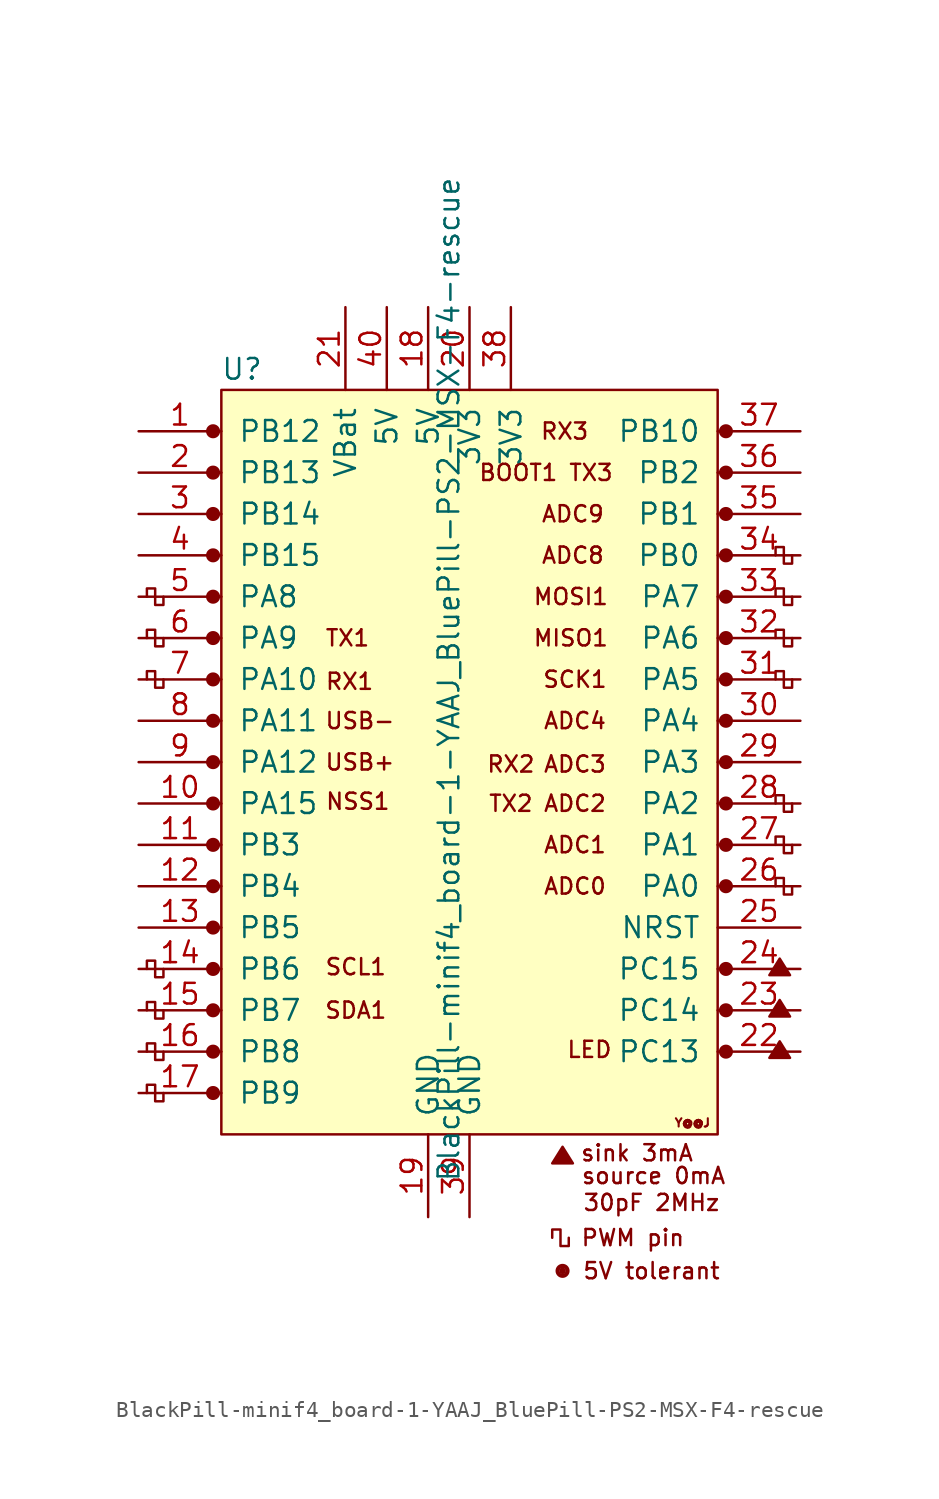
<source format=kicad_sym>
(kicad_symbol_lib
  (version 20211014)
  (generator kicad_symbol_editor)
  (symbol "BlackPill-minif4_board-1-YAAJ_BluePill-PS2-MSX-F4-rescue"
    (pin_names
      (offset 1.016))
    (property "Reference" "U"
      (at -13.97 24.13 0)
      (effects (font (size 1.27 1.27))))
    (property "Value" "BlackPill-minif4_board-1-YAAJ_BluePill-PS2-MSX-F4-rescue"
      (at -1.27 5.08 90)
      (effects (font (size 1.27 1.27))))
    (symbol "BlackPill-minif4_board-1-YAAJ_BluePill-PS2-MSX-F4-rescue_0_0"
      (circle (center -15.748 -20.32) (radius 0.356) (stroke (width 0) (type default) (color 0 0 0 0)) (fill (type outline)))
      (circle (center -15.748 -17.78) (radius 0.356) (stroke (width 0) (type default) (color 0 0 0 0)) (fill (type outline)))
      (circle (center -15.748 -15.24) (radius 0.356) (stroke (width 0) (type default) (color 0 0 0 0)) (fill (type outline)))
      (circle (center -15.748 -12.7) (radius 0.356) (stroke (width 0) (type default) (color 0 0 0 0)) (fill (type outline)))
      (circle (center -15.748 -10.16) (radius 0.356) (stroke (width 0) (type default) (color 0 0 0 0)) (fill (type outline)))
      (circle (center -15.748 -7.62) (radius 0.356) (stroke (width 0) (type default) (color 0 0 0 0)) (fill (type outline)))
      (circle (center -15.748 -5.08) (radius 0.356) (stroke (width 0) (type default) (color 0 0 0 0)) (fill (type outline)))
      (circle (center -15.748 -2.54) (radius 0.356) (stroke (width 0) (type default) (color 0 0 0 0)) (fill (type outline)))
      (circle (center -15.748 0) (radius 0.356) (stroke (width 0) (type default) (color 0 0 0 0)) (fill (type outline)))
      (circle (center -15.748 2.54) (radius 0.356) (stroke (width 0) (type default) (color 0 0 0 0)) (fill (type outline)))
      (circle (center -15.748 5.08) (radius 0.356) (stroke (width 0) (type default) (color 0 0 0 0)) (fill (type outline)))
      (circle (center -15.748 7.62) (radius 0.356) (stroke (width 0) (type default) (color 0 0 0 0)) (fill (type outline)))
      (circle (center -15.748 10.16) (radius 0.356) (stroke (width 0) (type default) (color 0 0 0 0)) (fill (type outline)))
      (circle (center -15.748 12.7) (radius 0.356) (stroke (width 0) (type default) (color 0 0 0 0)) (fill (type outline)))
      (circle (center -15.748 15.24) (radius 0.356) (stroke (width 0) (type default) (color 0 0 0 0)) (fill (type outline)))
      (circle (center -15.748 20.32) (radius 0.356) (stroke (width 0) (type default) (color 0 0 0 0)) (fill (type outline)))
      (polyline (pts (xy 5.08 -24.638) (xy 5.715 -23.622) (xy 6.35 -24.638) (xy 5.08 -24.638) (xy 5.715 -23.749) (xy 6.223 -24.638) (xy 5.207 -24.511) (xy 5.715 -23.876) (xy 6.096 -24.638) (xy 5.334 -24.384) (xy 5.842 -24.003) (xy 5.969 -24.638) (xy 5.461 -24.257) (xy 5.969 -24.13) (xy 5.842 -24.511) (xy 5.588 -24.257) (xy 5.842 -24.384) (xy 5.715 -24.13)) (stroke (width 0) (type default) (color 0 0 0 0)) (fill (type none)))
      (polyline (pts (xy 18.415 -18.161) (xy 19.05 -17.145) (xy 19.685 -18.161) (xy 18.415 -18.161) (xy 19.05 -17.272) (xy 19.558 -18.161) (xy 18.542 -18.034) (xy 19.05 -17.399) (xy 19.431 -18.161) (xy 18.669 -17.907) (xy 19.177 -17.526) (xy 19.304 -18.161) (xy 18.796 -17.78) (xy 19.304 -17.653) (xy 19.177 -18.034) (xy 18.923 -17.78) (xy 19.177 -17.907) (xy 19.05 -17.653)) (stroke (width 0) (type default) (color 0 0 0 0)) (fill (type none)))
      (polyline (pts (xy 18.415 -15.621) (xy 19.05 -14.605) (xy 19.685 -15.621) (xy 18.415 -15.621) (xy 19.05 -14.732) (xy 19.558 -15.621) (xy 18.542 -15.494) (xy 19.05 -14.859) (xy 19.431 -15.621) (xy 18.669 -15.367) (xy 19.177 -14.986) (xy 19.304 -15.621) (xy 18.796 -15.24) (xy 19.304 -15.113) (xy 19.177 -15.494) (xy 18.923 -15.24) (xy 19.177 -15.367) (xy 19.05 -15.113)) (stroke (width 0) (type default) (color 0 0 0 0)) (fill (type none)))
      (polyline (pts (xy 18.415 -13.081) (xy 19.05 -12.065) (xy 19.685 -13.081) (xy 18.415 -13.081) (xy 19.05 -12.192) (xy 19.558 -13.081) (xy 18.542 -12.954) (xy 19.05 -12.319) (xy 19.431 -13.081) (xy 18.669 -12.827) (xy 19.177 -12.446) (xy 19.304 -13.081) (xy 18.796 -12.7) (xy 19.304 -12.573) (xy 19.177 -12.954) (xy 18.923 -12.7) (xy 19.177 -12.827) (xy 19.05 -12.573)) (stroke (width 0) (type default) (color 0 0 0 0)) (fill (type none)))
      (circle (center 5.715 -31.242) (radius 0.127) (stroke (width 0) (type default) (color 0 0 0 0)) (fill (type outline)))
      (circle (center 5.715 -31.242) (radius 0.254) (stroke (width 0) (type default) (color 0 0 0 0)) (fill (type none)))
      (circle (center 5.715 -31.242) (radius 0.356) (stroke (width 0) (type default) (color 0 0 0 0)) (fill (type none)))
      (circle (center 15.748 -17.78) (radius 0.254) (stroke (width 0) (type default) (color 0 0 0 0)) (fill (type outline)))
      (circle (center 15.748 -17.78) (radius 0.356) (stroke (width 0) (type default) (color 0 0 0 0)) (fill (type none)))
      (circle (center 15.748 -15.24) (radius 0.254) (stroke (width 0) (type default) (color 0 0 0 0)) (fill (type outline)))
      (circle (center 15.748 -15.24) (radius 0.356) (stroke (width 0) (type default) (color 0 0 0 0)) (fill (type none)))
      (circle (center 15.748 -12.7) (radius 0.254) (stroke (width 0) (type default) (color 0 0 0 0)) (fill (type outline)))
      (circle (center 15.748 -12.7) (radius 0.356) (stroke (width 0) (type default) (color 0 0 0 0)) (fill (type none)))
      (circle (center 15.748 -7.62) (radius 0.254) (stroke (width 0) (type default) (color 0 0 0 0)) (fill (type outline)))
      (circle (center 15.748 -7.62) (radius 0.356) (stroke (width 0) (type default) (color 0 0 0 0)) (fill (type none)))
      (circle (center 15.748 -5.08) (radius 0.254) (stroke (width 0) (type default) (color 0 0 0 0)) (fill (type outline)))
      (circle (center 15.748 -5.08) (radius 0.356) (stroke (width 0) (type default) (color 0 0 0 0)) (fill (type none)))
      (circle (center 15.748 -2.54) (radius 0.254) (stroke (width 0) (type default) (color 0 0 0 0)) (fill (type outline)))
      (circle (center 15.748 -2.54) (radius 0.356) (stroke (width 0) (type default) (color 0 0 0 0)) (fill (type none)))
      (circle (center 15.748 2.54) (radius 0.254) (stroke (width 0) (type default) (color 0 0 0 0)) (fill (type outline)))
      (circle (center 15.748 2.54) (radius 0.356) (stroke (width 0) (type default) (color 0 0 0 0)) (fill (type none)))
      (circle (center 15.748 5.08) (radius 0.254) (stroke (width 0) (type default) (color 0 0 0 0)) (fill (type outline)))
      (circle (center 15.748 5.08) (radius 0.356) (stroke (width 0) (type default) (color 0 0 0 0)) (fill (type none)))
      (circle (center 15.748 7.62) (radius 0.254) (stroke (width 0) (type default) (color 0 0 0 0)) (fill (type outline)))
      (circle (center 15.748 7.62) (radius 0.356) (stroke (width 0) (type default) (color 0 0 0 0)) (fill (type none)))
      (circle (center 15.748 10.16) (radius 0.254) (stroke (width 0) (type default) (color 0 0 0 0)) (fill (type outline)))
      (circle (center 15.748 10.16) (radius 0.356) (stroke (width 0) (type default) (color 0 0 0 0)) (fill (type none)))
      (circle (center 15.748 12.7) (radius 0.254) (stroke (width 0) (type default) (color 0 0 0 0)) (fill (type outline)))
      (circle (center 15.748 12.7) (radius 0.356) (stroke (width 0) (type default) (color 0 0 0 0)) (fill (type none)))
      (circle (center 15.748 15.24) (radius 0.254) (stroke (width 0) (type default) (color 0 0 0 0)) (fill (type outline)))
      (circle (center 15.748 15.24) (radius 0.356) (stroke (width 0) (type default) (color 0 0 0 0)) (fill (type none)))
      (circle (center 15.748 17.78) (radius 0.254) (stroke (width 0) (type default) (color 0 0 0 0)) (fill (type outline)))
      (circle (center 15.748 17.78) (radius 0.356) (stroke (width 0) (type default) (color 0 0 0 0)) (fill (type none)))
      (circle (center 15.748 20.32) (radius 0.254) (stroke (width 0) (type default) (color 0 0 0 0)) (fill (type outline)))
      (circle (center 15.748 20.32) (radius 0.356) (stroke (width 0) (type default) (color 0 0 0 0)) (fill (type none)))
      (text "30pF 2MHz" (at 11.176 -27.051 0) (effects (font (size 0.991 0.991))))
      (text "5V tolerant" (at 11.176 -31.242 0) (effects (font (size 0.991 0.991))))
      (text "ADC0" (at 6.477 -7.62 0) (effects (font (size 0.991 0.991))))
      (text "ADC1" (at 6.477 -5.08 0) (effects (font (size 0.991 0.991))))
      (text "ADC2" (at 6.477 -2.54 0) (effects (font (size 0.991 0.991))))
      (text "ADC3" (at 6.477 -0.127 0) (effects (font (size 0.991 0.991))))
      (text "ADC4" (at 6.477 2.54 0) (effects (font (size 0.991 0.991))))
      (text "ADC8" (at 6.35 12.7 0) (effects (font (size 0.991 0.991))))
      (text "ADC9" (at 6.35 15.24 0) (effects (font (size 0.991 0.991))))
      (text "BOOT1 TX3" (at 4.699 17.78 0) (effects (font (size 0.991 0.991))))
      (text "LED" (at 7.366 -17.653 0) (effects (font (size 0.991 0.991))))
      (text "MISO1" (at 6.223 7.62 0) (effects (font (size 0.991 0.991))))
      (text "MOSI1" (at 6.223 10.16 0) (effects (font (size 0.991 0.991))))
      (text "NSS1" (at -6.858 -2.413 0) (effects (font (size 0.991 0.991))))
      (text "PWM pin" (at 10.033 -29.21 0) (effects (font (size 0.991 0.991))))
      (text "RX1" (at -7.366 4.953 0) (effects (font (size 0.991 0.991))))
      (text "RX2" (at 2.54 -0.127 0) (effects (font (size 0.991 0.991))))
      (text "RX3" (at 5.842 20.32 0) (effects (font (size 0.991 0.991))))
      (text "SCK1" (at 6.477 5.08 0) (effects (font (size 0.991 0.991))))
      (text "SCL1" (at -6.985 -12.573 0) (effects (font (size 0.991 0.991))))
      (text "SDA1" (at -6.985 -15.24 0) (effects (font (size 0.991 0.991))))
      (text "sink 3mA" (at 10.287 -24.003 0) (effects (font (size 0.991 0.991))))
      (text "source 0mA" (at 11.303 -25.4 0) (effects (font (size 0.991 0.991))))
      (text "TX1" (at -7.493 7.62 0) (effects (font (size 0.991 0.991))))
      (text "TX2" (at 2.54 -2.54 0) (effects (font (size 0.991 0.991))))
      (text "USB+" (at -6.731 0 0) (effects (font (size 0.991 0.991))))
      (text "USB-" (at -6.731 2.54 0) (effects (font (size 0.991 0.991))))
      (text "Y@@J" (at 13.691 -22.149 0) (effects (font (size 0.508 0.508)))))
    (symbol "BlackPill-minif4_board-1-YAAJ_BluePill-PS2-MSX-F4-rescue_0_1"
      (rectangle (start -15.24 22.86) (end 15.24 -22.86) (stroke (width 0) (type default) (color 0 0 0 0)) (fill (type background)))
      (polyline (pts (xy -18.796 -20.32) (xy -18.796 -20.828) (xy -19.304 -20.828) (xy -19.304 -19.812) (xy -19.812 -19.812) (xy -19.812 -20.32)) (stroke (width 0) (type default) (color 0 0 0 0)) (fill (type none)))
      (polyline (pts (xy -18.796 -17.78) (xy -18.796 -18.288) (xy -19.304 -18.288) (xy -19.304 -17.272) (xy -19.812 -17.272) (xy -19.812 -17.78)) (stroke (width 0) (type default) (color 0 0 0 0)) (fill (type none)))
      (polyline (pts (xy -18.796 -15.24) (xy -18.796 -15.748) (xy -19.304 -15.748) (xy -19.304 -14.732) (xy -19.812 -14.732) (xy -19.812 -15.24)) (stroke (width 0) (type default) (color 0 0 0 0)) (fill (type none)))
      (polyline (pts (xy -18.796 -12.7) (xy -18.796 -13.208) (xy -19.304 -13.208) (xy -19.304 -12.192) (xy -19.812 -12.192) (xy -19.812 -12.7)) (stroke (width 0) (type default) (color 0 0 0 0)) (fill (type none)))
      (polyline (pts (xy -18.796 5.08) (xy -18.796 4.572) (xy -19.304 4.572) (xy -19.304 5.588) (xy -19.812 5.588) (xy -19.812 5.08)) (stroke (width 0) (type default) (color 0 0 0 0)) (fill (type none)))
      (polyline (pts (xy -18.796 7.62) (xy -18.796 7.112) (xy -19.304 7.112) (xy -19.304 8.128) (xy -19.812 8.128) (xy -19.812 7.62)) (stroke (width 0) (type default) (color 0 0 0 0)) (fill (type none)))
      (polyline (pts (xy -18.796 10.16) (xy -18.796 9.652) (xy -19.304 9.652) (xy -19.304 10.668) (xy -19.812 10.668) (xy -19.812 10.16)) (stroke (width 0) (type default) (color 0 0 0 0)) (fill (type none)))
      (polyline (pts (xy 6.096 -29.21) (xy 6.096 -29.718) (xy 5.588 -29.718) (xy 5.588 -28.702) (xy 5.08 -28.702) (xy 5.08 -29.21)) (stroke (width 0) (type default) (color 0 0 0 0)) (fill (type none)))
      (polyline (pts (xy 19.812 -7.62) (xy 19.812 -8.128) (xy 19.304 -8.128) (xy 19.304 -7.112) (xy 18.796 -7.112) (xy 18.796 -7.62)) (stroke (width 0) (type default) (color 0 0 0 0)) (fill (type none)))
      (polyline (pts (xy 19.812 -5.08) (xy 19.812 -5.588) (xy 19.304 -5.588) (xy 19.304 -4.572) (xy 18.796 -4.572) (xy 18.796 -5.08)) (stroke (width 0) (type default) (color 0 0 0 0)) (fill (type none)))
      (polyline (pts (xy 19.812 -2.54) (xy 19.812 -3.048) (xy 19.304 -3.048) (xy 19.304 -2.032) (xy 18.796 -2.032) (xy 18.796 -2.54)) (stroke (width 0) (type default) (color 0 0 0 0)) (fill (type none)))
      (polyline (pts (xy 19.812 5.08) (xy 19.812 4.572) (xy 19.304 4.572) (xy 19.304 5.588) (xy 18.796 5.588) (xy 18.796 5.08)) (stroke (width 0) (type default) (color 0 0 0 0)) (fill (type none)))
      (polyline (pts (xy 19.812 7.62) (xy 19.812 7.112) (xy 19.304 7.112) (xy 19.304 8.128) (xy 18.796 8.128) (xy 18.796 7.62)) (stroke (width 0) (type default) (color 0 0 0 0)) (fill (type none)))
      (polyline (pts (xy 19.812 10.16) (xy 19.812 9.652) (xy 19.304 9.652) (xy 19.304 10.668) (xy 18.796 10.668) (xy 18.796 10.16)) (stroke (width 0) (type default) (color 0 0 0 0)) (fill (type none)))
      (polyline (pts (xy 19.812 12.7) (xy 19.812 12.192) (xy 19.304 12.192) (xy 19.304 13.208) (xy 18.796 13.208) (xy 18.796 12.7)) (stroke (width 0) (type default) (color 0 0 0 0)) (fill (type none))))
    (symbol "BlackPill-minif4_board-1-YAAJ_BluePill-PS2-MSX-F4-rescue_1_1"
      (circle (center -15.748 17.78) (radius 0.356) (stroke (width 0) (type default) (color 0 0 0 0)) (fill (type outline)))
      (circle (center 15.748 0) (radius 0.254) (stroke (width 0) (type default) (color 0 0 0 0)) (fill (type outline)))
      (circle (center 15.748 0) (radius 0.356) (stroke (width 0) (type default) (color 0 0 0 0)) (fill (type none)))
      (pin bidirectional line (at -20.32 20.32 0) (length 5.08) (name "PB12" (effects (font (size 1.27 1.27)))) (number "1" (effects (font (size 1.27 1.27)))))
      (pin bidirectional line (at -20.32 -2.54 0) (length 5.08) (name "PA15" (effects (font (size 1.27 1.27)))) (number "10" (effects (font (size 1.27 1.27)))))
      (pin bidirectional line (at -20.32 -5.08 0) (length 5.08) (name "PB3" (effects (font (size 1.27 1.27)))) (number "11" (effects (font (size 1.27 1.27)))))
      (pin bidirectional line (at -20.32 -7.62 0) (length 5.08) (name "PB4" (effects (font (size 1.27 1.27)))) (number "12" (effects (font (size 1.27 1.27)))))
      (pin bidirectional line (at -20.32 -10.16 0) (length 5.08) (name "PB5" (effects (font (size 1.27 1.27)))) (number "13" (effects (font (size 1.27 1.27)))))
      (pin bidirectional line (at -20.32 -12.7 0) (length 5.08) (name "PB6" (effects (font (size 1.27 1.27)))) (number "14" (effects (font (size 1.27 1.27)))))
      (pin bidirectional line (at -20.32 -15.24 0) (length 5.08) (name "PB7" (effects (font (size 1.27 1.27)))) (number "15" (effects (font (size 1.27 1.27)))))
      (pin bidirectional line (at -20.32 -17.78 0) (length 5.08) (name "PB8" (effects (font (size 1.27 1.27)))) (number "16" (effects (font (size 1.27 1.27)))))
      (pin bidirectional line (at -20.32 -20.32 0) (length 5.08) (name "PB9" (effects (font (size 1.27 1.27)))) (number "17" (effects (font (size 1.27 1.27)))))
      (pin power_in line (at -2.54 27.94 270) (length 5.08) (name "5V" (effects (font (size 1.27 1.27)))) (number "18" (effects (font (size 1.27 1.27)))))
      (pin power_in line (at -2.54 -27.94 90) (length 5.08) (name "GND" (effects (font (size 1.27 1.27)))) (number "19" (effects (font (size 1.27 1.27)))))
      (pin bidirectional line (at -20.32 17.78 0) (length 5.08) (name "PB13" (effects (font (size 1.27 1.27)))) (number "2" (effects (font (size 1.27 1.27)))))
      (pin power_in line (at 0 27.94 270) (length 5.08) (name "3V3" (effects (font (size 1.27 1.27)))) (number "20" (effects (font (size 1.27 1.27)))))
      (pin power_in line (at -7.62 27.94 270) (length 5.08) (name "VBat" (effects (font (size 1.27 1.27)))) (number "21" (effects (font (size 1.27 1.27)))))
      (pin bidirectional line (at 20.32 -17.78 180) (length 5.08) (name "PC13" (effects (font (size 1.27 1.27)))) (number "22" (effects (font (size 1.27 1.27)))))
      (pin bidirectional line (at 20.32 -15.24 180) (length 5.08) (name "PC14" (effects (font (size 1.27 1.27)))) (number "23" (effects (font (size 1.27 1.27)))))
      (pin bidirectional line (at 20.32 -12.7 180) (length 5.08) (name "PC15" (effects (font (size 1.27 1.27)))) (number "24" (effects (font (size 1.27 1.27)))))
      (pin input line (at 20.32 -10.16 180) (length 5.08) (name "NRST" (effects (font (size 1.27 1.27)))) (number "25" (effects (font (size 1.27 1.27)))))
      (pin bidirectional line (at 20.32 -7.62 180) (length 5.08) (name "PA0" (effects (font (size 1.27 1.27)))) (number "26" (effects (font (size 1.27 1.27)))))
      (pin bidirectional line (at 20.32 -5.08 180) (length 5.08) (name "PA1" (effects (font (size 1.27 1.27)))) (number "27" (effects (font (size 1.27 1.27)))))
      (pin bidirectional line (at 20.32 -2.54 180) (length 5.08) (name "PA2" (effects (font (size 1.27 1.27)))) (number "28" (effects (font (size 1.27 1.27)))))
      (pin bidirectional line (at 20.32 0 180) (length 5.08) (name "PA3" (effects (font (size 1.27 1.27)))) (number "29" (effects (font (size 1.27 1.27)))))
      (pin bidirectional line (at -20.32 15.24 0) (length 5.08) (name "PB14" (effects (font (size 1.27 1.27)))) (number "3" (effects (font (size 1.27 1.27)))))
      (pin bidirectional line (at 20.32 2.54 180) (length 5.08) (name "PA4" (effects (font (size 1.27 1.27)))) (number "30" (effects (font (size 1.27 1.27)))))
      (pin bidirectional line (at 20.32 5.08 180) (length 5.08) (name "PA5" (effects (font (size 1.27 1.27)))) (number "31" (effects (font (size 1.27 1.27)))))
      (pin bidirectional line (at 20.32 7.62 180) (length 5.08) (name "PA6" (effects (font (size 1.27 1.27)))) (number "32" (effects (font (size 1.27 1.27)))))
      (pin bidirectional line (at 20.32 10.16 180) (length 5.08) (name "PA7" (effects (font (size 1.27 1.27)))) (number "33" (effects (font (size 1.27 1.27)))))
      (pin bidirectional line (at 20.32 12.7 180) (length 5.08) (name "PB0" (effects (font (size 1.27 1.27)))) (number "34" (effects (font (size 1.27 1.27)))))
      (pin bidirectional line (at 20.32 15.24 180) (length 5.08) (name "PB1" (effects (font (size 1.27 1.27)))) (number "35" (effects (font (size 1.27 1.27)))))
      (pin bidirectional line (at 20.32 17.78 180) (length 5.08) (name "PB2" (effects (font (size 1.27 1.27)))) (number "36" (effects (font (size 1.27 1.27)))))
      (pin bidirectional line (at 20.32 20.32 180) (length 5.08) (name "PB10" (effects (font (size 1.27 1.27)))) (number "37" (effects (font (size 1.27 1.27)))))
      (pin power_in line (at 2.54 27.94 270) (length 5.08) (name "3V3" (effects (font (size 1.27 1.27)))) (number "38" (effects (font (size 1.27 1.27)))))
      (pin power_in line (at 0 -27.94 90) (length 5.08) (name "GND" (effects (font (size 1.27 1.27)))) (number "39" (effects (font (size 1.27 1.27)))))
      (pin bidirectional line (at -20.32 12.7 0) (length 5.08) (name "PB15" (effects (font (size 1.27 1.27)))) (number "4" (effects (font (size 1.27 1.27)))))
      (pin power_in line (at -5.08 27.94 270) (length 5.08) (name "5V" (effects (font (size 1.27 1.27)))) (number "40" (effects (font (size 1.27 1.27)))))
      (pin bidirectional line (at -20.32 10.16 0) (length 5.08) (name "PA8" (effects (font (size 1.27 1.27)))) (number "5" (effects (font (size 1.27 1.27)))))
      (pin bidirectional line (at -20.32 7.62 0) (length 5.08) (name "PA9" (effects (font (size 1.27 1.27)))) (number "6" (effects (font (size 1.27 1.27)))))
      (pin bidirectional line (at -20.32 5.08 0) (length 5.08) (name "PA10" (effects (font (size 1.27 1.27)))) (number "7" (effects (font (size 1.27 1.27)))))
      (pin bidirectional line (at -20.32 2.54 0) (length 5.08) (name "PA11" (effects (font (size 1.27 1.27)))) (number "8" (effects (font (size 1.27 1.27)))))
      (pin bidirectional line (at -20.32 0 0) (length 5.08) (name "PA12" (effects (font (size 1.27 1.27)))) (number "9" (effects (font (size 1.27 1.27))))))))
</source>
